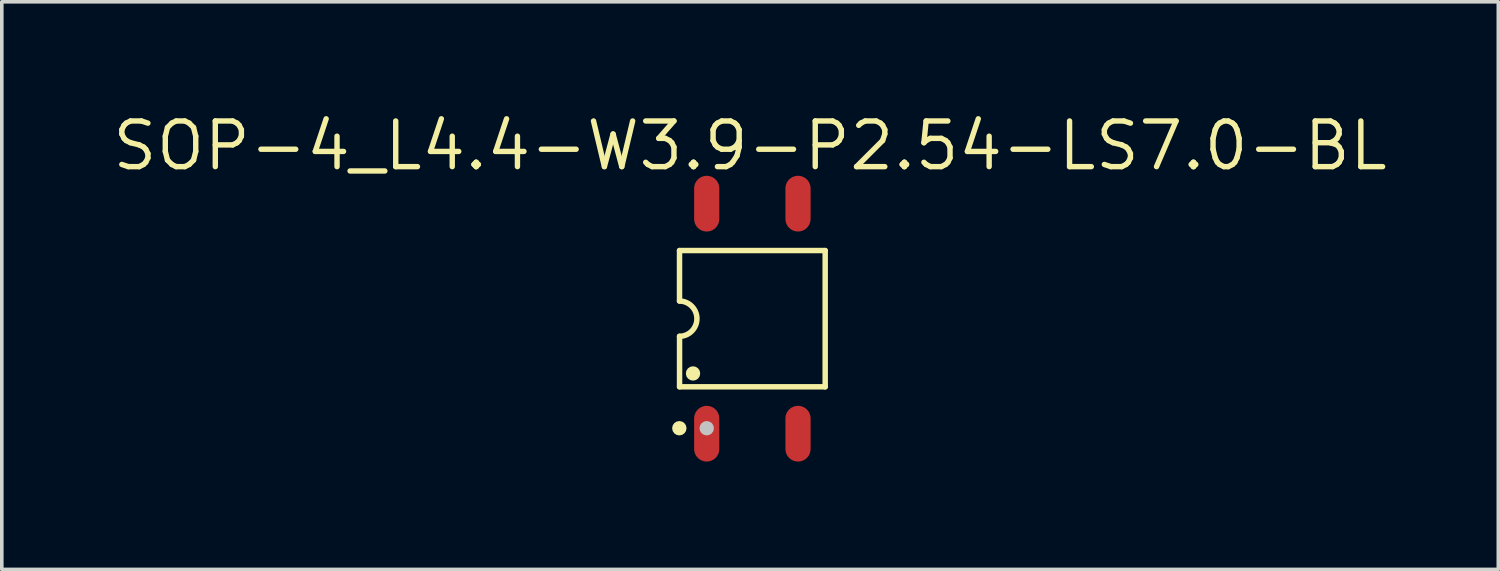
<source format=kicad_pcb>
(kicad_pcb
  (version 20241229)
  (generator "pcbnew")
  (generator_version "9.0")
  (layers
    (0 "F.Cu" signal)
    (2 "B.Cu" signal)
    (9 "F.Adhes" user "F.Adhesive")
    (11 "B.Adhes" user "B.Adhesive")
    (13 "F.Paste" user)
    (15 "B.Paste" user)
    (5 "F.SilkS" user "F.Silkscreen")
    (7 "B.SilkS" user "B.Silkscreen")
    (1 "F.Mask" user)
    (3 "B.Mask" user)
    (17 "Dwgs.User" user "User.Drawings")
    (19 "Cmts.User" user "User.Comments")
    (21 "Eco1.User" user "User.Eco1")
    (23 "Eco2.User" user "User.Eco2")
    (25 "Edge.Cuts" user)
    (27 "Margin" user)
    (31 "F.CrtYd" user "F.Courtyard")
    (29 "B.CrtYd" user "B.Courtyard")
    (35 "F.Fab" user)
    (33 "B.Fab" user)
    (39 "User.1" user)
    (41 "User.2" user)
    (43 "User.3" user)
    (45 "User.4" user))
  (footprint "SOP-4_L4.4-W3.9-P2.54-LS7.0-BL"
    (layer "F.Cu")
    (at 17.882 5.816)
    (property "Reference" "SOP-4_L4.4-W3.9-P2.54-LS7.0-BL" (at -0.065 -4.81 0) (layer "F.SilkS") (effects (font (size 1.27 1.27) (thickness 0.15))))
    (fp_line (start -2.027 -0.491) (end -2.027 -1.895) (stroke (width 0.152) (type default)) (layer "F.SilkS"))
    (fp_line (start -2.026 -1.895) (end 2.026 -1.895) (stroke (width 0.152) (type default)) (layer "F.SilkS"))
    (fp_line (start -2.026 0.491) (end -2.026 1.895) (stroke (width 0.152) (type default)) (layer "F.SilkS"))
    (fp_line (start 2.026 -1.895) (end 2.026 1.895) (stroke (width 0.152) (type default)) (layer "F.SilkS"))
    (fp_line (start 2.026 1.895) (end -2.026 1.895) (stroke (width 0.152) (type default)) (layer "F.SilkS"))
    (fp_arc (start -2.0269 -0.4911) (mid -1.53899 -0.00035) (end -2.0262 0.491) (stroke (width 0.1524) (type default)) (layer "F.SilkS"))
    (fp_circle (center -2.032 3.048) (end -1.932 3.048) (stroke (width 0.2) (type default)) (fill no) (layer "F.SilkS"))
    (fp_circle (center -1.651 1.524) (end -1.551 1.524) (stroke (width 0.2) (type default)) (fill no) (layer "F.SilkS"))
    (fp_circle (center -1.27 3.048) (end -1.17 3.048) (stroke (width 0.2) (type default)) (fill no) (layer "Dwgs.User"))
    (fp_circle (center -1.95 3.5) (end -1.92 3.5) (stroke (width 0.06) (type default)) (fill no) (layer "User.5"))
    (pad "1" smd oval (at -1.27 3.2) (size 0.7 1.55) (layers "F.Cu" "F.Mask" "F.Paste"))
    (pad "2" smd oval (at 1.27 3.2) (size 0.7 1.55) (layers "F.Cu" "F.Mask" "F.Paste"))
    (pad "3" smd oval (at 1.27 -3.2) (size 0.7 1.55) (layers "F.Cu" "F.Mask" "F.Paste"))
    (pad "4" smd oval (at -1.27 -3.2) (size 0.7 1.55) (layers "F.Cu" "F.Mask" "F.Paste"))
    (zone (net_name "") (layer "User.4") (hatch edge 0.5) (priority 100) (connect_pads yes) (min_thickness 0) (filled_areas_thickness no) (fill yes) (polygon (pts (xy 16.812 2.316) (xy 16.812 2.816) (xy 16.412 2.816) (xy 16.412 2.316))) (filled_polygon (layer "User.4") (island) (pts (xy 16.812 2.316) (xy 16.812 2.816) (xy 16.412 2.816) (xy 16.412 2.316))))
    (zone (net_name "") (layer "User.4") (hatch edge 0.5) (priority 100) (connect_pads) (min_thickness 0) (filled_areas_thickness no) (keepout (tracks allowed) (vias allowed) (pads allowed) (copperpour not_allowed) (footprints allowed)) (placement (enabled no)) (fill) (polygon (pts (xy 16.812 2.806) (xy 16.812 3.626) (xy 16.412 3.626) (xy 16.412 2.806))))
    (zone (net_name "") (layer "User.4") (hatch edge 0.5) (priority 100) (connect_pads) (min_thickness 0) (filled_areas_thickness no) (keepout (tracks allowed) (vias allowed) (pads allowed) (copperpour not_allowed) (footprints allowed)) (placement (enabled no)) (fill) (polygon (pts (xy 16.812 8.826) (xy 16.812 8.006) (xy 16.412 8.006) (xy 16.412 8.826))))
    (zone (net_name "") (layer "User.4") (hatch edge 0.5) (priority 100) (connect_pads yes) (min_thickness 0) (filled_areas_thickness no) (fill yes) (polygon (pts (xy 16.812 9.316) (xy 16.812 8.816) (xy 16.412 8.816) (xy 16.412 9.316))) (filled_polygon (layer "User.4") (island) (pts (xy 16.812 9.316) (xy 16.812 8.816) (xy 16.412 8.816) (xy 16.412 9.316))))
    (zone (net_name "") (layer "User.4") (hatch edge 0.5) (priority 100) (connect_pads yes) (min_thickness 0) (filled_areas_thickness no) (fill yes) (polygon (pts (xy 19.352 2.316) (xy 19.352 2.816) (xy 18.952 2.816) (xy 18.952 2.316))) (filled_polygon (layer "User.4") (island) (pts (xy 19.352 2.316) (xy 19.352 2.816) (xy 18.952 2.816) (xy 18.952 2.316))))
    (zone (net_name "") (layer "User.4") (hatch edge 0.5) (priority 100) (connect_pads) (min_thickness 0) (filled_areas_thickness no) (keepout (tracks allowed) (vias allowed) (pads allowed) (copperpour not_allowed) (footprints allowed)) (placement (enabled no)) (fill) (polygon (pts (xy 19.352 2.806) (xy 19.352 3.626) (xy 18.952 3.626) (xy 18.952 2.806))))
    (zone (net_name "") (layer "User.4") (hatch edge 0.5) (priority 100) (connect_pads) (min_thickness 0) (filled_areas_thickness no) (keepout (tracks allowed) (vias allowed) (pads allowed) (copperpour not_allowed) (footprints allowed)) (placement (enabled no)) (fill) (polygon (pts (xy 19.352 8.826) (xy 19.352 8.006) (xy 18.952 8.006) (xy 18.952 8.826))))
    (zone (net_name "") (layer "User.4") (hatch edge 0.5) (priority 100) (connect_pads yes) (min_thickness 0) (filled_areas_thickness no) (fill yes) (polygon (pts (xy 19.352 9.316) (xy 19.352 8.816) (xy 18.952 8.816) (xy 18.952 9.316))) (filled_polygon (layer "User.4") (island) (pts (xy 19.352 9.316) (xy 19.352 8.816) (xy 18.952 8.816) (xy 18.952 9.316)))))
  (gr_rect
    (start -3 -3)
    (end 38.635 12.791)
    (stroke (width 0.1) (type default))
    (fill no)
    (layer "Edge.Cuts")))
</source>
